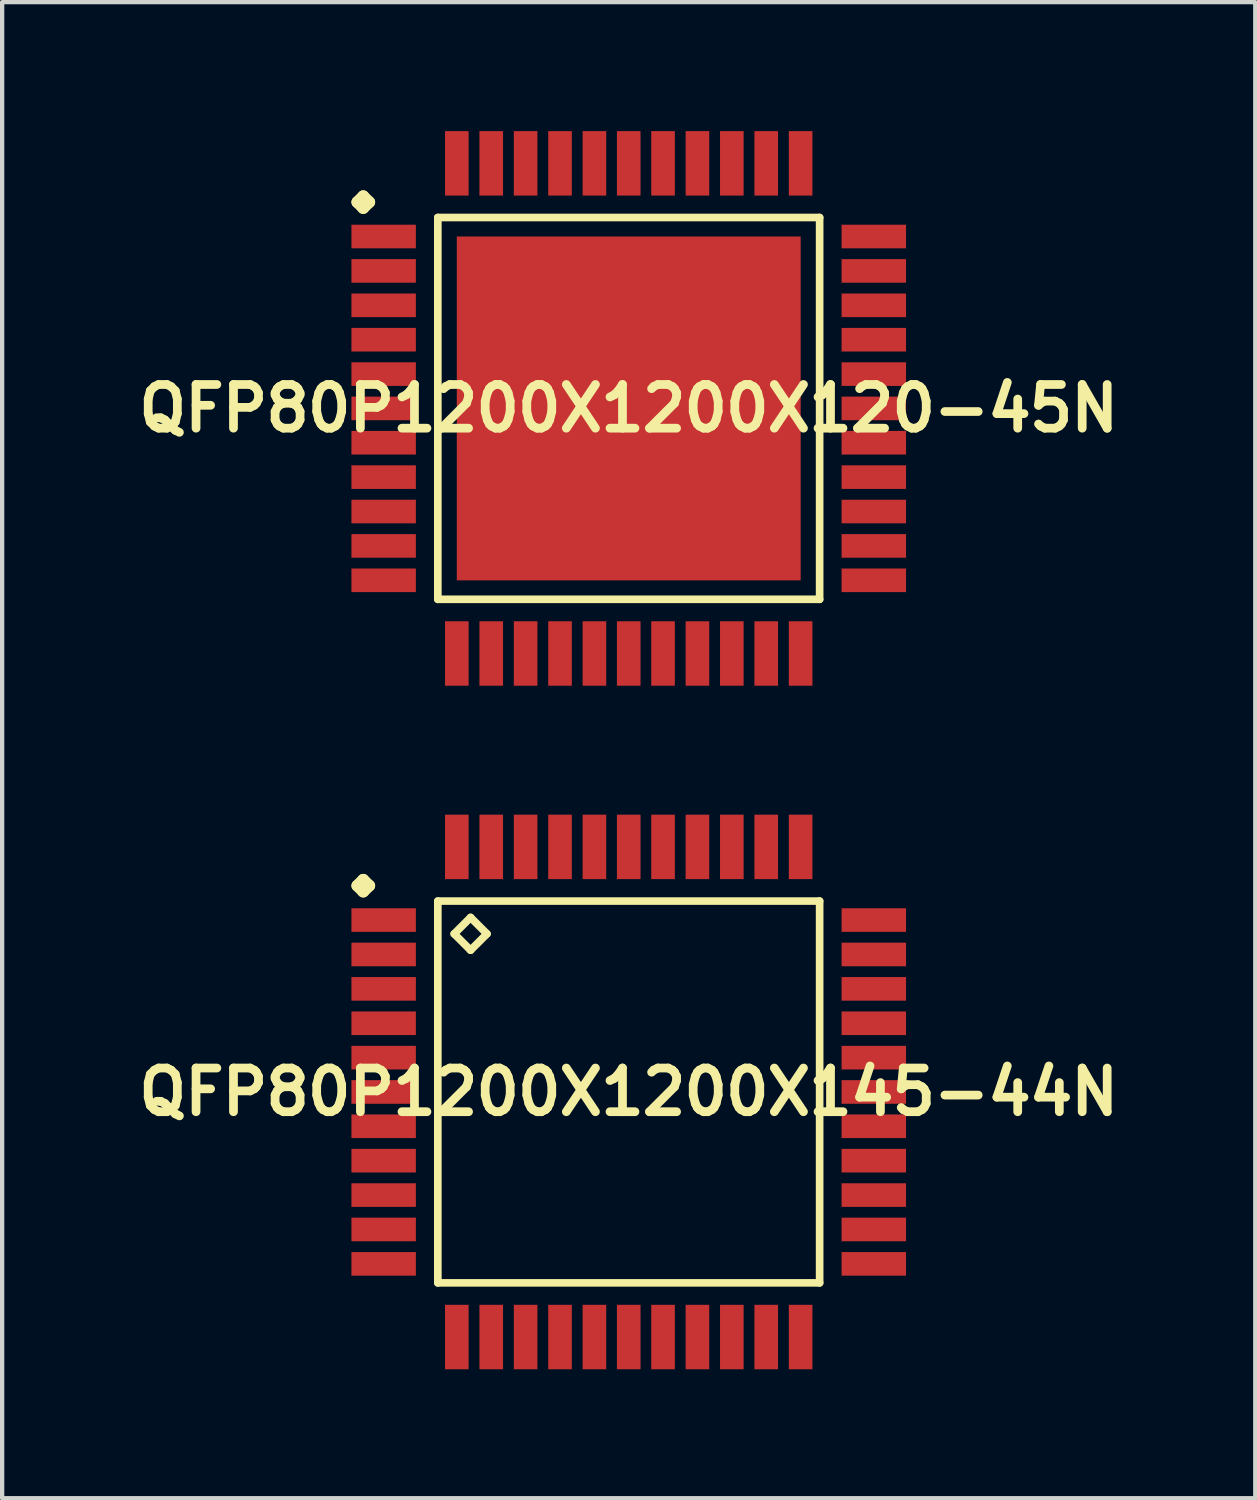
<source format=kicad_pcb>
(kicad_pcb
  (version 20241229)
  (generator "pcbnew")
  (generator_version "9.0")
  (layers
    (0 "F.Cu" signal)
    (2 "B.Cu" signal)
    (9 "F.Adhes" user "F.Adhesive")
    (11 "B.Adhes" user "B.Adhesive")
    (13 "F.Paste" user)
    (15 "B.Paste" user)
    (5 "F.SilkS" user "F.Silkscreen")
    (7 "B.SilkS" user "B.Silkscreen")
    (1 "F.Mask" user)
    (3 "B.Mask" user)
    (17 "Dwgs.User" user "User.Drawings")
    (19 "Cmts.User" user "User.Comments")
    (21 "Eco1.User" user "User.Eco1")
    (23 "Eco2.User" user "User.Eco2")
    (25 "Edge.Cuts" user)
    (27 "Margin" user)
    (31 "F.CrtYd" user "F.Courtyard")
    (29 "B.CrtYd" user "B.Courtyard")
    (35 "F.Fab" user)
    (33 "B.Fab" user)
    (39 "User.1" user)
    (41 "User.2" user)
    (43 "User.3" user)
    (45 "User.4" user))
  (footprint "QFP80P1200X1200X120-45N"
    (layer "F.Cu")
    (at 11.573 6.449)
    (property "Reference" "QFP80P1200X1200X120-45N" (at 0 0 0) (layer "F.SilkS") (effects (font (size 1.016 1.016) (thickness 0.203))))
    (attr smd)
    (fp_line (start -6.312 -4.798) (end -6.175 -4.935) (stroke (width 0.274) (type solid)) (layer "F.SilkS"))
    (fp_line (start -6.175 -4.935) (end -6.035 -4.798) (stroke (width 0.274) (type solid)) (layer "F.SilkS"))
    (fp_line (start -6.175 -4.661) (end -6.312 -4.798) (stroke (width 0.274) (type solid)) (layer "F.SilkS"))
    (fp_line (start -6.035 -4.798) (end -6.175 -4.661) (stroke (width 0.274) (type solid)) (layer "F.SilkS"))
    (fp_line (start -4.44 -4.44) (end -4.44 4.44) (stroke (width 0.178) (type solid)) (layer "F.SilkS"))
    (fp_line (start -4.44 4.44) (end 4.44 4.44) (stroke (width 0.178) (type solid)) (layer "F.SilkS"))
    (fp_line (start 4.44 -4.44) (end -4.44 -4.44) (stroke (width 0.178) (type solid)) (layer "F.SilkS"))
    (fp_line (start 4.44 4.44) (end 4.44 -4.44) (stroke (width 0.178) (type solid)) (layer "F.SilkS"))
    (pad "1" smd rect (at -5.7 -3.998) (size 1.499 0.549) (layers "F.Cu" "F.Mask" "F.Paste"))
    (pad "2" smd rect (at -5.7 -3.198) (size 1.499 0.549) (layers "F.Cu" "F.Mask" "F.Paste"))
    (pad "3" smd rect (at -5.7 -2.398) (size 1.499 0.549) (layers "F.Cu" "F.Mask" "F.Paste"))
    (pad "4" smd rect (at -5.7 -1.598) (size 1.499 0.549) (layers "F.Cu" "F.Mask" "F.Paste"))
    (pad "5" smd rect (at -5.7 -0.798) (size 1.499 0.549) (layers "F.Cu" "F.Mask" "F.Paste"))
    (pad "6" smd rect (at -5.7 0) (size 1.499 0.549) (layers "F.Cu" "F.Mask" "F.Paste"))
    (pad "7" smd rect (at -5.7 0.798) (size 1.499 0.549) (layers "F.Cu" "F.Mask" "F.Paste"))
    (pad "8" smd rect (at -5.7 1.598) (size 1.499 0.549) (layers "F.Cu" "F.Mask" "F.Paste"))
    (pad "9" smd rect (at -5.7 2.398) (size 1.499 0.549) (layers "F.Cu" "F.Mask" "F.Paste"))
    (pad "10" smd rect (at -5.7 3.198) (size 1.499 0.549) (layers "F.Cu" "F.Mask" "F.Paste"))
    (pad "11" smd rect (at -5.7 3.998) (size 1.499 0.549) (layers "F.Cu" "F.Mask" "F.Paste"))
    (pad "12" smd rect (at -3.998 5.7) (size 0.549 1.499) (layers "F.Cu" "F.Mask" "F.Paste"))
    (pad "13" smd rect (at -3.198 5.7) (size 0.549 1.499) (layers "F.Cu" "F.Mask" "F.Paste"))
    (pad "14" smd rect (at -2.398 5.7) (size 0.549 1.499) (layers "F.Cu" "F.Mask" "F.Paste"))
    (pad "15" smd rect (at -1.598 5.7) (size 0.549 1.499) (layers "F.Cu" "F.Mask" "F.Paste"))
    (pad "16" smd rect (at -0.798 5.7) (size 0.549 1.499) (layers "F.Cu" "F.Mask" "F.Paste"))
    (pad "17" smd rect (at 0 5.7) (size 0.549 1.499) (layers "F.Cu" "F.Mask" "F.Paste"))
    (pad "18" smd rect (at 0.798 5.7) (size 0.549 1.499) (layers "F.Cu" "F.Mask" "F.Paste"))
    (pad "19" smd rect (at 1.598 5.7) (size 0.549 1.499) (layers "F.Cu" "F.Mask" "F.Paste"))
    (pad "20" smd rect (at 2.398 5.7) (size 0.549 1.499) (layers "F.Cu" "F.Mask" "F.Paste"))
    (pad "21" smd rect (at 3.198 5.7) (size 0.549 1.499) (layers "F.Cu" "F.Mask" "F.Paste"))
    (pad "22" smd rect (at 3.998 5.7) (size 0.549 1.499) (layers "F.Cu" "F.Mask" "F.Paste"))
    (pad "23" smd rect (at 5.7 3.998) (size 1.499 0.549) (layers "F.Cu" "F.Mask" "F.Paste"))
    (pad "24" smd rect (at 5.7 3.198) (size 1.499 0.549) (layers "F.Cu" "F.Mask" "F.Paste"))
    (pad "25" smd rect (at 5.7 2.398) (size 1.499 0.549) (layers "F.Cu" "F.Mask" "F.Paste"))
    (pad "26" smd rect (at 5.7 1.598) (size 1.499 0.549) (layers "F.Cu" "F.Mask" "F.Paste"))
    (pad "27" smd rect (at 5.7 0.798) (size 1.499 0.549) (layers "F.Cu" "F.Mask" "F.Paste"))
    (pad "28" smd rect (at 5.7 0) (size 1.499 0.549) (layers "F.Cu" "F.Mask" "F.Paste"))
    (pad "29" smd rect (at 5.7 -0.798) (size 1.499 0.549) (layers "F.Cu" "F.Mask" "F.Paste"))
    (pad "30" smd rect (at 5.7 -1.598) (size 1.499 0.549) (layers "F.Cu" "F.Mask" "F.Paste"))
    (pad "31" smd rect (at 5.7 -2.398) (size 1.499 0.549) (layers "F.Cu" "F.Mask" "F.Paste"))
    (pad "32" smd rect (at 5.7 -3.198) (size 1.499 0.549) (layers "F.Cu" "F.Mask" "F.Paste"))
    (pad "33" smd rect (at 5.7 -3.998) (size 1.499 0.549) (layers "F.Cu" "F.Mask" "F.Paste"))
    (pad "34" smd rect (at 3.998 -5.7) (size 0.549 1.499) (layers "F.Cu" "F.Mask" "F.Paste"))
    (pad "35" smd rect (at 3.198 -5.7) (size 0.549 1.499) (layers "F.Cu" "F.Mask" "F.Paste"))
    (pad "36" smd rect (at 2.398 -5.7) (size 0.549 1.499) (layers "F.Cu" "F.Mask" "F.Paste"))
    (pad "37" smd rect (at 1.598 -5.7) (size 0.549 1.499) (layers "F.Cu" "F.Mask" "F.Paste"))
    (pad "38" smd rect (at 0.798 -5.7) (size 0.549 1.499) (layers "F.Cu" "F.Mask" "F.Paste"))
    (pad "39" smd rect (at 0 -5.7) (size 0.549 1.499) (layers "F.Cu" "F.Mask" "F.Paste"))
    (pad "40" smd rect (at -0.798 -5.7) (size 0.549 1.499) (layers "F.Cu" "F.Mask" "F.Paste"))
    (pad "41" smd rect (at -1.598 -5.7) (size 0.549 1.499) (layers "F.Cu" "F.Mask" "F.Paste"))
    (pad "42" smd rect (at -2.398 -5.7) (size 0.549 1.499) (layers "F.Cu" "F.Mask" "F.Paste"))
    (pad "43" smd rect (at -3.198 -5.7) (size 0.549 1.499) (layers "F.Cu" "F.Mask" "F.Paste"))
    (pad "44" smd rect (at -3.998 -5.7) (size 0.549 1.499) (layers "F.Cu" "F.Mask" "F.Paste"))
    (pad "45" smd rect (at 0 0) (size 7.998 7.998) (layers "F.Cu" "F.Mask" "F.Paste")))
  (footprint "QFP80P1200X1200X145-44N"
    (layer "F.Cu")
    (at 11.573 22.347)
    (property "Reference" "QFP80P1200X1200X145-44N" (at 0 0 0) (layer "F.SilkS") (effects (font (size 1.016 1.016) (thickness 0.203))))
    (attr smd)
    (fp_line (start -6.312 -4.798) (end -6.175 -4.935) (stroke (width 0.274) (type solid)) (layer "F.SilkS"))
    (fp_line (start -6.175 -4.935) (end -6.035 -4.798) (stroke (width 0.274) (type solid)) (layer "F.SilkS"))
    (fp_line (start -6.175 -4.661) (end -6.312 -4.798) (stroke (width 0.274) (type solid)) (layer "F.SilkS"))
    (fp_line (start -6.035 -4.798) (end -6.175 -4.661) (stroke (width 0.274) (type solid)) (layer "F.SilkS"))
    (fp_line (start -4.44 -4.44) (end -4.44 4.44) (stroke (width 0.178) (type solid)) (layer "F.SilkS"))
    (fp_line (start -4.44 4.44) (end 4.44 4.44) (stroke (width 0.178) (type solid)) (layer "F.SilkS"))
    (fp_line (start -4.059 -3.678) (end -3.678 -4.059) (stroke (width 0.178) (type solid)) (layer "F.SilkS"))
    (fp_line (start -3.678 -4.059) (end -3.297 -3.678) (stroke (width 0.178) (type solid)) (layer "F.SilkS"))
    (fp_line (start -3.678 -3.297) (end -4.059 -3.678) (stroke (width 0.178) (type solid)) (layer "F.SilkS"))
    (fp_line (start -3.297 -3.678) (end -3.678 -3.297) (stroke (width 0.178) (type solid)) (layer "F.SilkS"))
    (fp_line (start 4.44 -4.44) (end -4.44 -4.44) (stroke (width 0.178) (type solid)) (layer "F.SilkS"))
    (fp_line (start 4.44 4.44) (end 4.44 -4.44) (stroke (width 0.178) (type solid)) (layer "F.SilkS"))
    (pad "1" smd rect (at -5.7 -3.998) (size 1.499 0.549) (layers "F.Cu" "F.Mask" "F.Paste"))
    (pad "2" smd rect (at -5.7 -3.198) (size 1.499 0.549) (layers "F.Cu" "F.Mask" "F.Paste"))
    (pad "3" smd rect (at -5.7 -2.398) (size 1.499 0.549) (layers "F.Cu" "F.Mask" "F.Paste"))
    (pad "4" smd rect (at -5.7 -1.598) (size 1.499 0.549) (layers "F.Cu" "F.Mask" "F.Paste"))
    (pad "5" smd rect (at -5.7 -0.798) (size 1.499 0.549) (layers "F.Cu" "F.Mask" "F.Paste"))
    (pad "6" smd rect (at -5.7 0) (size 1.499 0.549) (layers "F.Cu" "F.Mask" "F.Paste"))
    (pad "7" smd rect (at -5.7 0.798) (size 1.499 0.549) (layers "F.Cu" "F.Mask" "F.Paste"))
    (pad "8" smd rect (at -5.7 1.598) (size 1.499 0.549) (layers "F.Cu" "F.Mask" "F.Paste"))
    (pad "9" smd rect (at -5.7 2.398) (size 1.499 0.549) (layers "F.Cu" "F.Mask" "F.Paste"))
    (pad "10" smd rect (at -5.7 3.198) (size 1.499 0.549) (layers "F.Cu" "F.Mask" "F.Paste"))
    (pad "11" smd rect (at -5.7 3.998) (size 1.499 0.549) (layers "F.Cu" "F.Mask" "F.Paste"))
    (pad "12" smd rect (at -3.998 5.7) (size 0.549 1.499) (layers "F.Cu" "F.Mask" "F.Paste"))
    (pad "13" smd rect (at -3.198 5.7) (size 0.549 1.499) (layers "F.Cu" "F.Mask" "F.Paste"))
    (pad "14" smd rect (at -2.398 5.7) (size 0.549 1.499) (layers "F.Cu" "F.Mask" "F.Paste"))
    (pad "15" smd rect (at -1.598 5.7) (size 0.549 1.499) (layers "F.Cu" "F.Mask" "F.Paste"))
    (pad "16" smd rect (at -0.798 5.7) (size 0.549 1.499) (layers "F.Cu" "F.Mask" "F.Paste"))
    (pad "17" smd rect (at 0 5.7) (size 0.549 1.499) (layers "F.Cu" "F.Mask" "F.Paste"))
    (pad "18" smd rect (at 0.798 5.7) (size 0.549 1.499) (layers "F.Cu" "F.Mask" "F.Paste"))
    (pad "19" smd rect (at 1.598 5.7) (size 0.549 1.499) (layers "F.Cu" "F.Mask" "F.Paste"))
    (pad "20" smd rect (at 2.398 5.7) (size 0.549 1.499) (layers "F.Cu" "F.Mask" "F.Paste"))
    (pad "21" smd rect (at 3.198 5.7) (size 0.549 1.499) (layers "F.Cu" "F.Mask" "F.Paste"))
    (pad "22" smd rect (at 3.998 5.7) (size 0.549 1.499) (layers "F.Cu" "F.Mask" "F.Paste"))
    (pad "23" smd rect (at 5.7 3.998) (size 1.499 0.549) (layers "F.Cu" "F.Mask" "F.Paste"))
    (pad "24" smd rect (at 5.7 3.198) (size 1.499 0.549) (layers "F.Cu" "F.Mask" "F.Paste"))
    (pad "25" smd rect (at 5.7 2.398) (size 1.499 0.549) (layers "F.Cu" "F.Mask" "F.Paste"))
    (pad "26" smd rect (at 5.7 1.598) (size 1.499 0.549) (layers "F.Cu" "F.Mask" "F.Paste"))
    (pad "27" smd rect (at 5.7 0.798) (size 1.499 0.549) (layers "F.Cu" "F.Mask" "F.Paste"))
    (pad "28" smd rect (at 5.7 0) (size 1.499 0.549) (layers "F.Cu" "F.Mask" "F.Paste"))
    (pad "29" smd rect (at 5.7 -0.798) (size 1.499 0.549) (layers "F.Cu" "F.Mask" "F.Paste"))
    (pad "30" smd rect (at 5.7 -1.598) (size 1.499 0.549) (layers "F.Cu" "F.Mask" "F.Paste"))
    (pad "31" smd rect (at 5.7 -2.398) (size 1.499 0.549) (layers "F.Cu" "F.Mask" "F.Paste"))
    (pad "32" smd rect (at 5.7 -3.198) (size 1.499 0.549) (layers "F.Cu" "F.Mask" "F.Paste"))
    (pad "33" smd rect (at 5.7 -3.998) (size 1.499 0.549) (layers "F.Cu" "F.Mask" "F.Paste"))
    (pad "34" smd rect (at 3.998 -5.7) (size 0.549 1.499) (layers "F.Cu" "F.Mask" "F.Paste"))
    (pad "35" smd rect (at 3.198 -5.7) (size 0.549 1.499) (layers "F.Cu" "F.Mask" "F.Paste"))
    (pad "36" smd rect (at 2.398 -5.7) (size 0.549 1.499) (layers "F.Cu" "F.Mask" "F.Paste"))
    (pad "37" smd rect (at 1.598 -5.7) (size 0.549 1.499) (layers "F.Cu" "F.Mask" "F.Paste"))
    (pad "38" smd rect (at 0.798 -5.7) (size 0.549 1.499) (layers "F.Cu" "F.Mask" "F.Paste"))
    (pad "39" smd rect (at 0 -5.7) (size 0.549 1.499) (layers "F.Cu" "F.Mask" "F.Paste"))
    (pad "40" smd rect (at -0.798 -5.7) (size 0.549 1.499) (layers "F.Cu" "F.Mask" "F.Paste"))
    (pad "41" smd rect (at -1.598 -5.7) (size 0.549 1.499) (layers "F.Cu" "F.Mask" "F.Paste"))
    (pad "42" smd rect (at -2.398 -5.7) (size 0.549 1.499) (layers "F.Cu" "F.Mask" "F.Paste"))
    (pad "43" smd rect (at -3.198 -5.7) (size 0.549 1.499) (layers "F.Cu" "F.Mask" "F.Paste"))
    (pad "44" smd rect (at -3.998 -5.7) (size 0.549 1.499) (layers "F.Cu" "F.Mask" "F.Paste")))
  (gr_rect
    (start -3 -3)
    (end 26.145 31.796)
    (stroke (width 0.1) (type default))
    (fill no)
    (layer "Edge.Cuts")))
</source>
